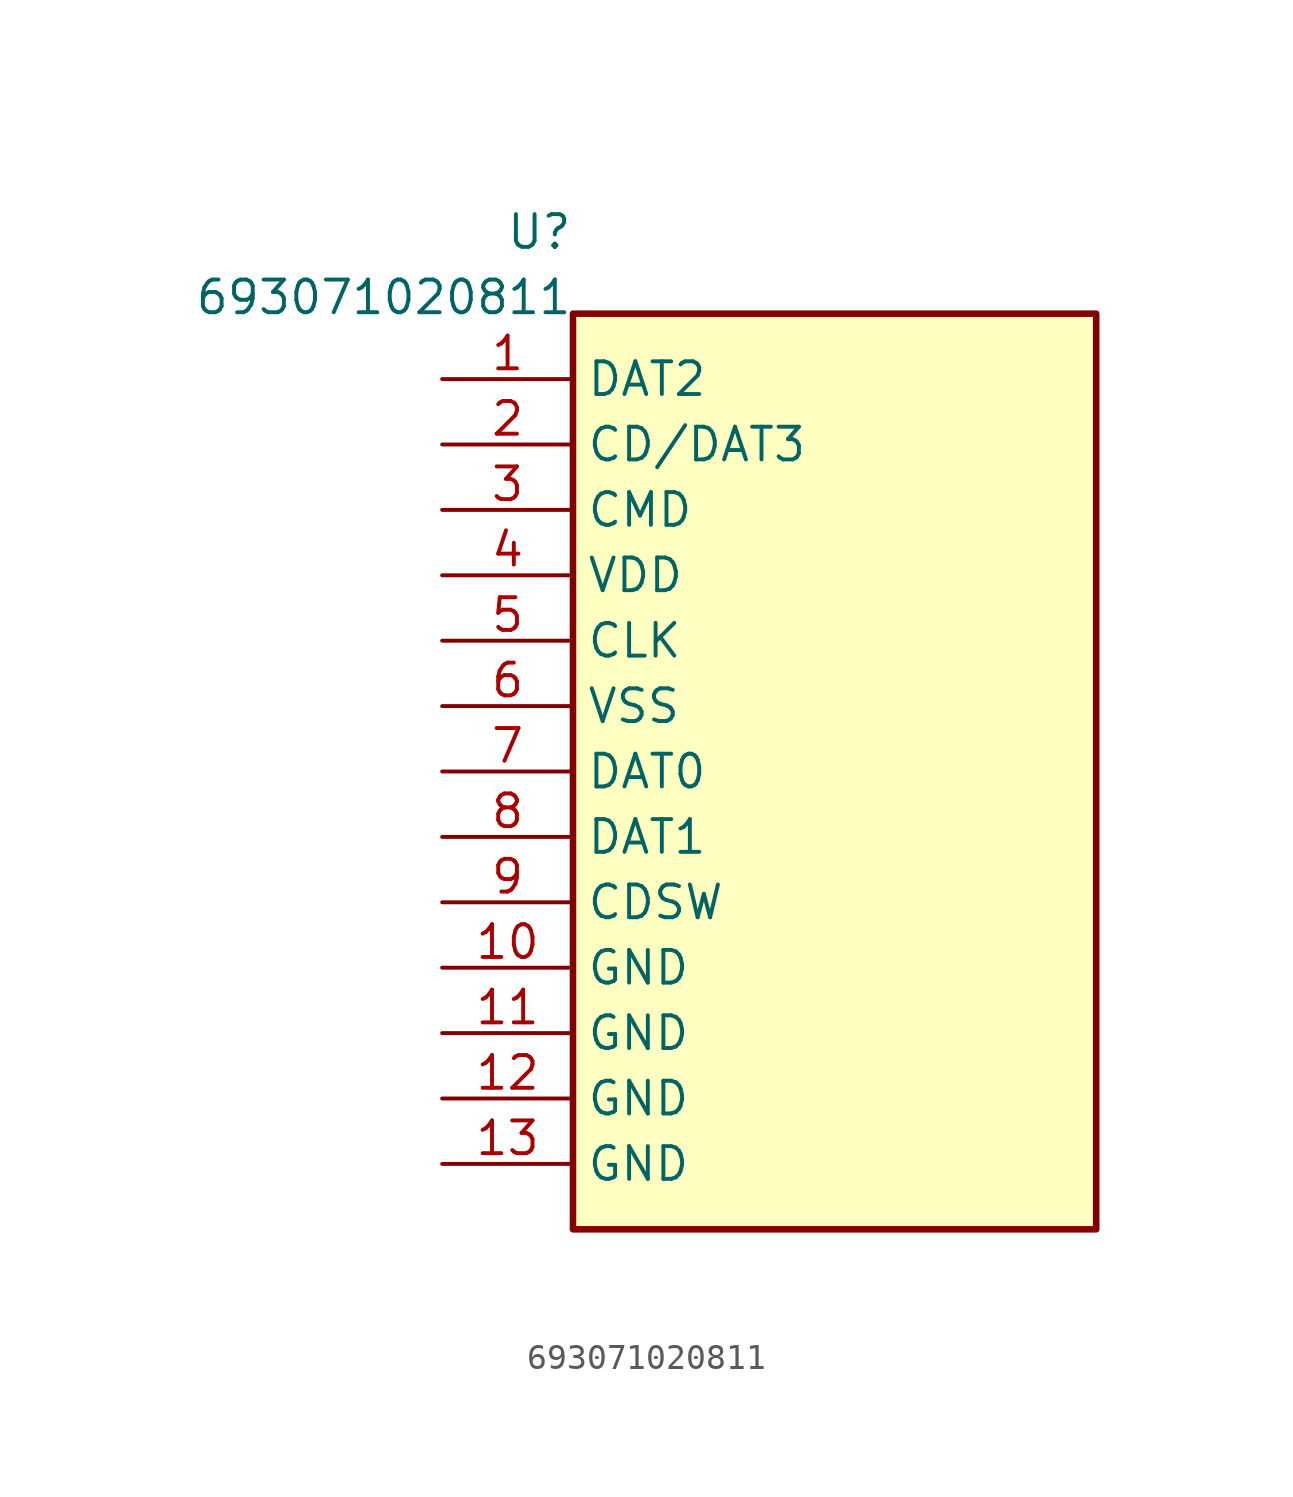
<source format=kicad_sym>
(kicad_symbol_lib
  (version 20241209)
  (generator "kicad_symbol_editor")
  (generator_version "8.0")
  (symbol "693071020811"
    (property "Reference" "U"
      (at -10.16 20.955 0)
      (effects (font (size 1.27 1.27)) (justify right) (hide no)))
    (property "Value" "693071020811"
      (at -10.16 18.415 0)
      (effects (font (size 1.27 1.27)) (justify right) (hide no)))
    (symbol "693071020811_1_1"
      (rectangle (start -10.16 -17.78) (end 10.16 17.78) (stroke (width 0.254) (type solid)) (fill (type background)))
      (pin bidirectional line (at -15.24 15.24 0) (length 5.08) (name "DAT2" (effects (font (size 1.27 1.27)))) (number "1" (effects (font (size 1.27 1.27)))))
      (pin bidirectional line (at -15.24 12.7 0) (length 5.08) (name "CD/DAT3" (effects (font (size 1.27 1.27)))) (number "2" (effects (font (size 1.27 1.27)))))
      (pin bidirectional line (at -15.24 10.16 0) (length 5.08) (name "CMD" (effects (font (size 1.27 1.27)))) (number "3" (effects (font (size 1.27 1.27)))))
      (pin power_in line (at -15.24 7.62 0) (length 5.08) (name "VDD" (effects (font (size 1.27 1.27)))) (number "4" (effects (font (size 1.27 1.27)))))
      (pin input line (at -15.24 5.08 0) (length 5.08) (name "CLK" (effects (font (size 1.27 1.27)))) (number "5" (effects (font (size 1.27 1.27)))))
      (pin power_in line (at -15.24 2.54 0) (length 5.08) (name "VSS" (effects (font (size 1.27 1.27)))) (number "6" (effects (font (size 1.27 1.27)))))
      (pin bidirectional line (at -15.24 0.0 0) (length 5.08) (name "DAT0" (effects (font (size 1.27 1.27)))) (number "7" (effects (font (size 1.27 1.27)))))
      (pin bidirectional line (at -15.24 -2.54 0) (length 5.08) (name "DAT1" (effects (font (size 1.27 1.27)))) (number "8" (effects (font (size 1.27 1.27)))))
      (pin bidirectional line (at -15.24 -5.08 0) (length 5.08) (name "CDSW" (effects (font (size 1.27 1.27)))) (number "9" (effects (font (size 1.27 1.27)))))
      (pin power_in line (at -15.24 -7.62 0) (length 5.08) (name "GND" (effects (font (size 1.27 1.27)))) (number "10" (effects (font (size 1.27 1.27)))))
      (pin power_in line (at -15.24 -10.16 0) (length 5.08) (name "GND" (effects (font (size 1.27 1.27)))) (number "11" (effects (font (size 1.27 1.27)))))
      (pin power_in line (at -15.24 -12.7 0) (length 5.08) (name "GND" (effects (font (size 1.27 1.27)))) (number "12" (effects (font (size 1.27 1.27)))))
      (pin power_in line (at -15.24 -15.24 0) (length 5.08) (name "GND" (effects (font (size 1.27 1.27)))) (number "13" (effects (font (size 1.27 1.27))))))))
</source>
